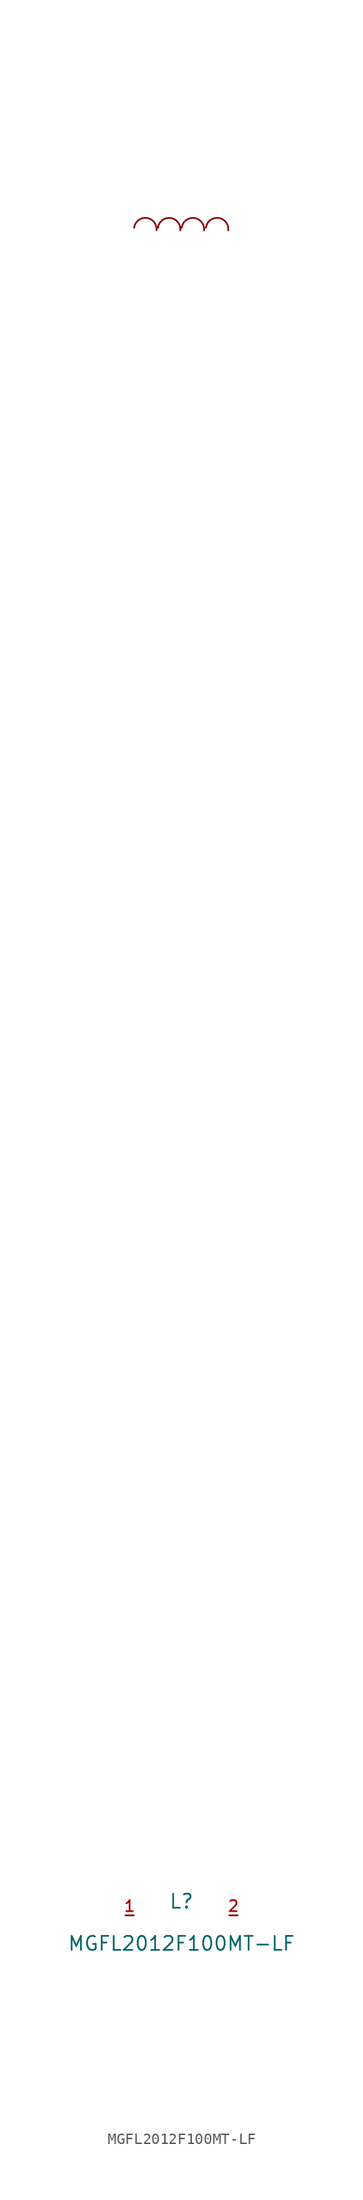
<source format=kicad_sym>
(kicad_symbol_lib
  (version 20210201)
  (generator TousstNicolas/JLC2KiCad_lib)
  (symbol "MGFL2012F100MT-LF"
    (pin_names hide)
    (property "Reference" "L"
      (at 0 1.27 0)
      (effects (font (size 1.27 1.27))))
    (property "Value" "MGFL2012F100MT-LF"
      (at 0 -2.54 0)
      (effects (font (size 1.27 1.27))))
    (symbol "MGFL2012F100MT-LF_0_1"
      (pin unspecified line (at 5.08 -0.0 180) (length 0.762) (name "2" (effects (font (size 1 1)))) (number "2" (effects (font (size 1 1)))))
      (pin unspecified line (at -5.08 -0.0 0) (length 0.762) (name "1" (effects (font (size 1 1)))) (number "1" (effects (font (size 1 1)))))
      (arc (start -2.2675798317689098 152.26577474375057) (mid -3.1589675383294846 153.39269454626879) (end -4.285887329344515 152.50130682516553) (stroke (width 0) (type default) (color 0 0 0 0)) (fill (type none)))
      (arc (start -0.11289020511819081 152.26516817215807) (mid -1.0043096562459306 153.39206286199257) (end -2.131204336687783 152.50064339899106) (stroke (width 0) (type default) (color 0 0 0 0)) (fill (type none)))
      (arc (start 2.037732096126408 152.26516817215807) (mid 1.146312644998668 153.39206286199257) (end 0.019417964556815614 152.50064339899106) (stroke (width 0) (type default) (color 0 0 0 0)) (fill (type none)))
      (arc (start 4.230518481699189 152.26567617317409) (mid 3.339099030571449 153.3925708630086) (end 2.2122043501295967 152.50115140000707) (stroke (width 0) (type default) (color 0 0 0 0)) (fill (type none))))))
</source>
